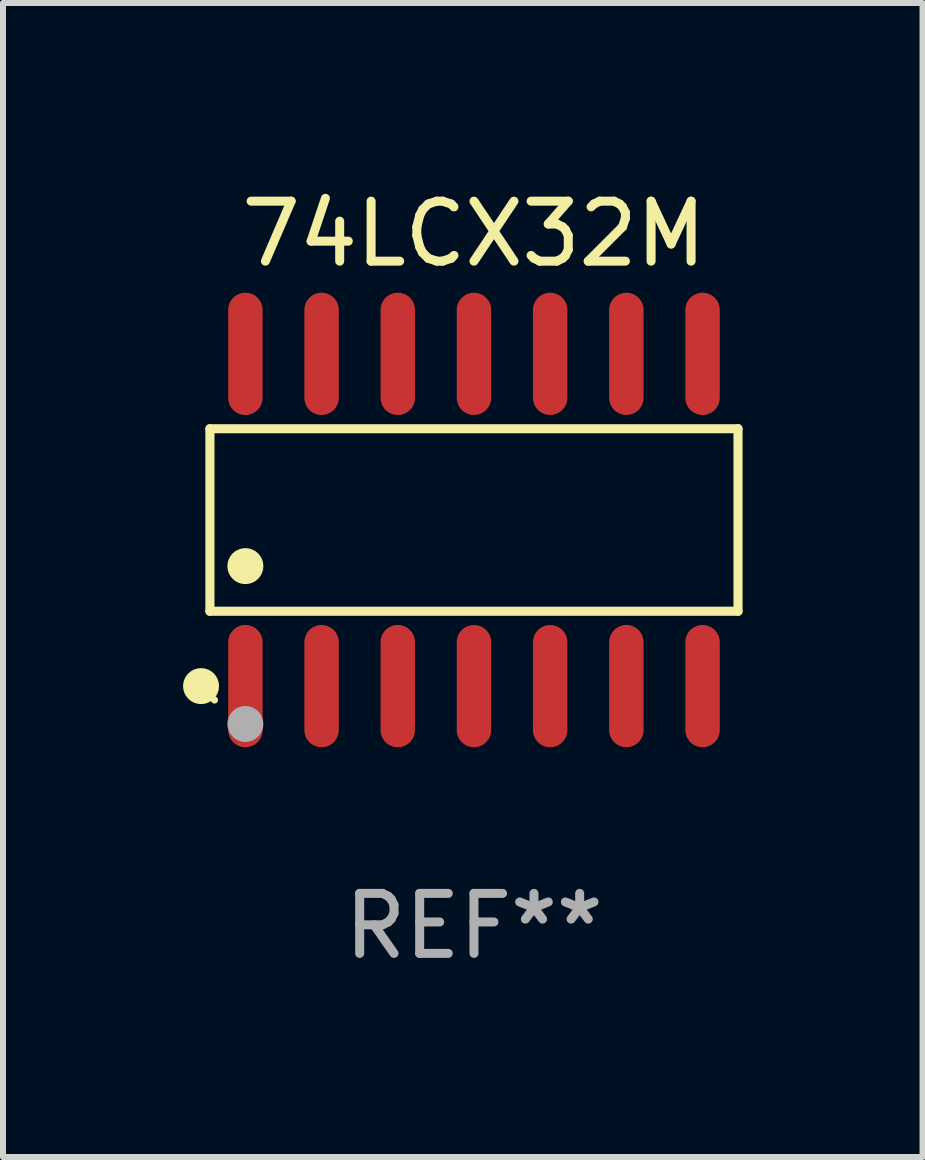
<source format=kicad_pcb>
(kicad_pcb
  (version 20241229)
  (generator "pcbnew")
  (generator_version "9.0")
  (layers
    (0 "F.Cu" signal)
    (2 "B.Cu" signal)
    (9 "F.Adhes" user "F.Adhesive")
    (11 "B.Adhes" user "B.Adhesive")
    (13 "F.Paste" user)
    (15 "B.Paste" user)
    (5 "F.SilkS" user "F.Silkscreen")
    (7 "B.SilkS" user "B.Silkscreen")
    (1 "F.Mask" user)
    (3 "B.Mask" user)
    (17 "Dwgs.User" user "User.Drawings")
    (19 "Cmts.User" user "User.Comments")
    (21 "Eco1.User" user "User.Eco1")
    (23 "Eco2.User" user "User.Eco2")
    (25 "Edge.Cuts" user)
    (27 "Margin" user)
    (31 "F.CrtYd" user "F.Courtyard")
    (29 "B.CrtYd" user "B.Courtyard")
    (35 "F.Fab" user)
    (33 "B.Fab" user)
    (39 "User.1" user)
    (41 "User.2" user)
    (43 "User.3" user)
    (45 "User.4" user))
  (footprint "74LCX32M"
    (layer "F.Cu")
    (at 4.85 5.617)
    (property "Reference" "74LCX32M" (at 0 -4.769 0) (layer "F.SilkS") (effects (font (size 1 1) (thickness 0.15))))
    (attr through_hole)
    (fp_line (start -4.401 -1.521) (end 4.401 -1.521) (stroke (width 0.152) (type solid)) (layer "F.SilkS"))
    (fp_line (start -4.401 1.521) (end -4.401 -1.521) (stroke (width 0.152) (type solid)) (layer "F.SilkS"))
    (fp_line (start 4.401 -1.521) (end 4.401 1.521) (stroke (width 0.152) (type solid)) (layer "F.SilkS"))
    (fp_line (start 4.401 1.521) (end -4.401 1.521) (stroke (width 0.152) (type solid)) (layer "F.SilkS"))
    (fp_circle (center -4.549 2.769) (end -4.399 2.769) (stroke (width 0.3) (type solid)) (fill no) (layer "F.SilkS"))
    (fp_circle (center -4.325 3) (end -4.295 3) (stroke (width 0.06) (type solid)) (fill no) (layer "F.SilkS"))
    (fp_circle (center -3.81 0.769) (end -3.66 0.769) (stroke (width 0.3) (type solid)) (fill no) (layer "F.SilkS"))
    (fp_circle (center -3.81 3.4) (end -3.66 3.4) (stroke (width 0.3) (type solid)) (fill no) (layer "F.Fab"))
    (fp_text user "REF**" (at 0 6.769 0) (layer "F.Fab") (effects (font (size 1 1) (thickness 0.15))))
    (pad "1" smd oval (at -3.81 2.769) (size 0.574 2.038) (layers "F.Cu" "F.Mask" "F.Paste"))
    (pad "2" smd oval (at -2.54 2.769) (size 0.574 2.038) (layers "F.Cu" "F.Mask" "F.Paste"))
    (pad "3" smd oval (at -1.27 2.769) (size 0.574 2.038) (layers "F.Cu" "F.Mask" "F.Paste"))
    (pad "4" smd oval (at 0 2.769) (size 0.574 2.038) (layers "F.Cu" "F.Mask" "F.Paste"))
    (pad "5" smd oval (at 1.27 2.769) (size 0.574 2.038) (layers "F.Cu" "F.Mask" "F.Paste"))
    (pad "6" smd oval (at 2.54 2.769) (size 0.574 2.038) (layers "F.Cu" "F.Mask" "F.Paste"))
    (pad "7" smd oval (at 3.81 2.769) (size 0.574 2.038) (layers "F.Cu" "F.Mask" "F.Paste"))
    (pad "8" smd oval (at 3.81 -2.769) (size 0.574 2.038) (layers "F.Cu" "F.Mask" "F.Paste"))
    (pad "9" smd oval (at 2.54 -2.769) (size 0.574 2.038) (layers "F.Cu" "F.Mask" "F.Paste"))
    (pad "10" smd oval (at 1.27 -2.769) (size 0.574 2.038) (layers "F.Cu" "F.Mask" "F.Paste"))
    (pad "11" smd oval (at 0 -2.769) (size 0.574 2.038) (layers "F.Cu" "F.Mask" "F.Paste"))
    (pad "12" smd oval (at -1.27 -2.769) (size 0.574 2.038) (layers "F.Cu" "F.Mask" "F.Paste"))
    (pad "13" smd oval (at -2.54 -2.769) (size 0.574 2.038) (layers "F.Cu" "F.Mask" "F.Paste"))
    (pad "14" smd oval (at -3.81 -2.769) (size 0.574 2.038) (layers "F.Cu" "F.Mask" "F.Paste")))
  (gr_rect
    (start -3 -3)
    (end 12.327 16.235)
    (stroke (width 0.1) (type default))
    (fill no)
    (layer "Edge.Cuts")))
</source>
